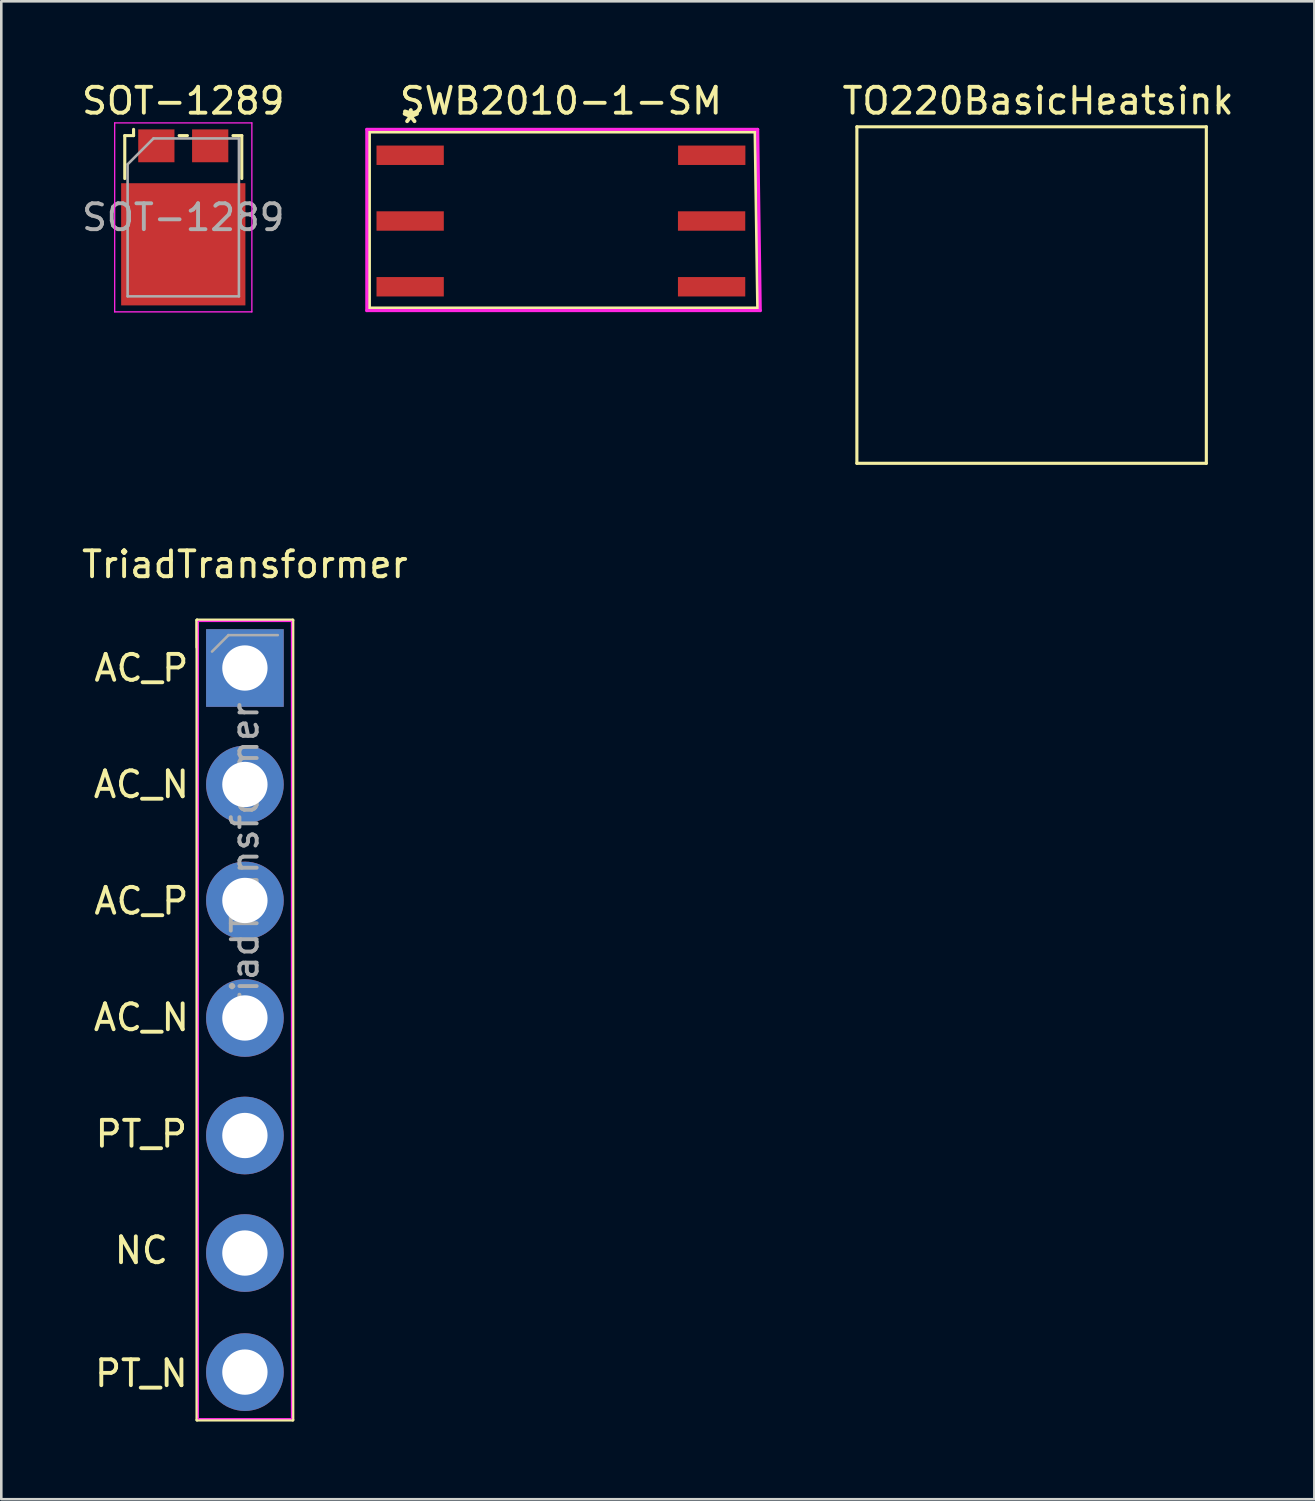
<source format=kicad_pcb>
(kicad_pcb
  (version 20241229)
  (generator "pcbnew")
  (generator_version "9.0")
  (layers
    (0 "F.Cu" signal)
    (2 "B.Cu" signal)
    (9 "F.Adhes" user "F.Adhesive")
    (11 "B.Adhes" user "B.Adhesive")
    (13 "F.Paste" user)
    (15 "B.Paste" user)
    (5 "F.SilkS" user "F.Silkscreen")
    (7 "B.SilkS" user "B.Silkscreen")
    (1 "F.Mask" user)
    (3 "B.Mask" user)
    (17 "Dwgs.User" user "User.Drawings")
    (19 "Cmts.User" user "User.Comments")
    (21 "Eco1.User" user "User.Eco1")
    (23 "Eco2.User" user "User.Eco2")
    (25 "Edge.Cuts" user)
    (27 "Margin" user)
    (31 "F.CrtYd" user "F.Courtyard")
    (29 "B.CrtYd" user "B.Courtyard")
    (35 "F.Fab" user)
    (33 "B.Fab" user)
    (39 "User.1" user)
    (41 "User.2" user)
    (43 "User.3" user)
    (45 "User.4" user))
  (footprint "TO220BasicHeatsink"
    (layer "F.Cu")
    (at 37.052 11.848)
    (property "Reference" "TO220BasicHeatsink" (at 0 -11 180) (layer "F.SilkS") (effects (font (size 1 1) (thickness 0.15))))
    (attr through_hole)
    (fp_line (start -7 -10) (end 6.5 -10) (stroke (width 0.12) (type solid)) (layer "F.SilkS"))
    (fp_line (start -7 3) (end -7 -10) (stroke (width 0.12) (type solid)) (layer "F.SilkS"))
    (fp_line (start 6.5 -10) (end 6.5 3) (stroke (width 0.12) (type solid)) (layer "F.SilkS"))
    (fp_line (start 6.5 3) (end -7 3) (stroke (width 0.12) (type solid)) (layer "F.SilkS")))
  (footprint "SWB2010-1-SM"
    (layer "F.Cu")
    (at 18.62 2.948)
    (property "Reference" "SWB2010-1-SM" (at 0 -2.1 0) (layer "F.SilkS") (effects (font (size 1 1) (thickness 0.15))))
    (attr through_hole)
    (fp_line (start -7.4 -0.9) (end 7.5 -0.9) (stroke (width 0.12) (type solid)) (layer "F.SilkS"))
    (fp_line (start -7.4 5.9) (end -7.4 -0.9) (stroke (width 0.12) (type solid)) (layer "F.SilkS"))
    (fp_line (start 7.5 -0.9) (end 7.6 5.9) (stroke (width 0.12) (type solid)) (layer "F.SilkS"))
    (fp_line (start 7.6 5.9) (end -7.4 5.9) (stroke (width 0.12) (type solid)) (layer "F.SilkS"))
    (fp_line (start -7.5 -1) (end 7.6 -1) (stroke (width 0.12) (type solid)) (layer "F.CrtYd"))
    (fp_line (start -7.5 6) (end -7.5 -1) (stroke (width 0.12) (type solid)) (layer "F.CrtYd"))
    (fp_line (start 7.6 -1) (end 7.7 6) (stroke (width 0.12) (type solid)) (layer "F.CrtYd"))
    (fp_line (start 7.7 6) (end -7.5 6) (stroke (width 0.12) (type solid)) (layer "F.CrtYd"))
    (fp_text user "*" (at -5.8 -1.2 0) (layer "F.SilkS") (effects (font (size 1 1) (thickness 0.15))))
    (pad "1" smd rect (at -5.825 0) (size 2.6 0.75) (layers "F.Cu" "F.Mask" "F.Paste"))
    (pad "2" smd rect (at -5.825 2.54) (size 2.6 0.75) (layers "F.Cu" "F.Mask" "F.Paste"))
    (pad "3" smd rect (at -5.825 5.08) (size 2.6 0.75) (layers "F.Cu" "F.Mask" "F.Paste"))
    (pad "4" smd rect (at 5.825 0) (size 2.6 0.75) (layers "F.Cu" "F.Mask" "F.Paste"))
    (pad "5" smd rect (at 5.82 2.54) (size 2.6 0.75) (layers "F.Cu" "F.Mask" "F.Paste"))
    (pad "6" smd rect (at 5.82 5.08) (size 2.6 0.75) (layers "F.Cu" "F.Mask" "F.Paste")))
  (footprint "TriadTransformer"
    (layer "F.Cu")
    (at 6.411 22.756)
    (property "Reference" "TriadTransformer" (at 0 -4 0) (layer "F.SilkS") (effects (font (size 1 1) (thickness 0.15))))
    (attr through_hole)
    (fp_line (start -1.85 -1.85) (end 1.85 -1.85) (stroke (width 0.12) (type solid)) (layer "F.SilkS"))
    (fp_line (start -1.85 -0.8) (end -1.85 -1.85) (stroke (width 0.12) (type solid)) (layer "F.SilkS"))
    (fp_line (start -1.85 29.05) (end -1.85 -1.85) (stroke (width 0.12) (type solid)) (layer "F.SilkS"))
    (fp_line (start 1.85 -1.85) (end 1.85 29.05) (stroke (width 0.12) (type solid)) (layer "F.SilkS"))
    (fp_line (start 1.85 29.05) (end -1.85 29.05) (stroke (width 0.12) (type solid)) (layer "F.SilkS"))
    (fp_line (start -1.8 -1.8) (end -1.8 29) (stroke (width 0.05) (type solid)) (layer "F.CrtYd"))
    (fp_line (start -1.8 29) (end 1.8 29) (stroke (width 0.05) (type solid)) (layer "F.CrtYd"))
    (fp_line (start 1.8 -1.8) (end -1.8 -1.8) (stroke (width 0.05) (type solid)) (layer "F.CrtYd"))
    (fp_line (start 1.8 29) (end 1.8 -1.8) (stroke (width 0.05) (type solid)) (layer "F.CrtYd"))
    (fp_line (start -1.27 -0.635) (end -0.635 -1.27) (stroke (width 0.1) (type solid)) (layer "F.Fab"))
    (fp_line (start -0.635 -1.27) (end 1.27 -1.27) (stroke (width 0.1) (type solid)) (layer "F.Fab"))
    (fp_text user "PT_P" (at -4 18 0) (layer "F.SilkS") (effects (font (size 1 1) (thickness 0.15))))
    (fp_text user "AC_P" (at -4 0 0) (layer "F.SilkS") (effects (font (size 1 1) (thickness 0.15))))
    (fp_text user "PT_N" (at -4 27.25 0) (layer "F.SilkS") (effects (font (size 1 1) (thickness 0.15))))
    (fp_text user "AC_N" (at -4 4.5 0) (layer "F.SilkS") (effects (font (size 1 1) (thickness 0.15))))
    (fp_text user "NC" (at -4 22.5 0) (layer "F.SilkS") (effects (font (size 1 1) (thickness 0.15))))
    (fp_text user "AC_P" (at -4 9 0) (layer "F.SilkS") (effects (font (size 1 1) (thickness 0.15))))
    (fp_text user "AC_N" (at -4 13.5 0) (layer "F.SilkS") (effects (font (size 1 1) (thickness 0.15))))
    (fp_text user "${REFERENCE}" (at 0 7.62 90) (layer "F.Fab") (effects (font (size 1 1) (thickness 0.15))))
    (pad "1" thru_hole rect (at 0 0) (size 3 3) (drill 1.75) (layers "*.Cu" "*.Mask"))
    (pad "2" thru_hole oval (at 0 4.5) (size 3 3) (drill 1.75) (layers "*.Cu" "*.Mask"))
    (pad "4" thru_hole oval (at 0 8.98) (size 3 3) (drill 1.75) (layers "*.Cu" "*.Mask"))
    (pad "5" thru_hole oval (at 0 13.52) (size 3 3) (drill 1.75) (layers "*.Cu" "*.Mask"))
    (pad "6" thru_hole oval (at 0 18.06) (size 3 3) (drill 1.75) (layers "*.Cu" "*.Mask"))
    (pad "8" thru_hole oval (at 0 22.6) (size 3 3) (drill 1.75) (layers "*.Cu" "*.Mask"))
    (pad "10" thru_hole oval (at 0 27.2) (size 3 3) (drill 1.75) (layers "*.Cu" "*.Mask")))
  (footprint "SOT-1289"
    (layer "F.Cu")
    (at 4.03 5.348)
    (property "Reference" "SOT-1289" (at 0 -4.5 180) (layer "F.SilkS") (effects (font (size 1 1) (thickness 0.15))))
    (attr smd)
    (fp_line (start -2.26 -3.16) (end -2.26 -1.5) (stroke (width 0.12) (type solid)) (layer "F.SilkS"))
    (fp_line (start -1.92 -3.4) (end -1.92 -3.16) (stroke (width 0.12) (type solid)) (layer "F.SilkS"))
    (fp_line (start -1.92 -3.16) (end -2.26 -3.16) (stroke (width 0.12) (type solid)) (layer "F.SilkS"))
    (fp_line (start -0.16 -3.16) (end 0.16 -3.16) (stroke (width 0.12) (type solid)) (layer "F.SilkS"))
    (fp_line (start 2.26 -3.16) (end 1.92 -3.16) (stroke (width 0.12) (type solid)) (layer "F.SilkS"))
    (fp_line (start 2.26 -1.5) (end 2.26 -3.16) (stroke (width 0.12) (type solid)) (layer "F.SilkS"))
    (fp_line (start -2.65 -3.65) (end -2.65 3.65) (stroke (width 0.05) (type solid)) (layer "F.CrtYd"))
    (fp_line (start -2.65 -3.65) (end 2.65 -3.65) (stroke (width 0.05) (type solid)) (layer "F.CrtYd"))
    (fp_line (start 2.65 3.65) (end -2.65 3.65) (stroke (width 0.05) (type solid)) (layer "F.CrtYd"))
    (fp_line (start 2.65 3.65) (end 2.65 -3.65) (stroke (width 0.05) (type solid)) (layer "F.CrtYd"))
    (fp_line (start -2.15 -2.05) (end -2.15 3.05) (stroke (width 0.1) (type solid)) (layer "F.Fab"))
    (fp_line (start -2.15 3.05) (end 2.15 3.05) (stroke (width 0.1) (type solid)) (layer "F.Fab"))
    (fp_line (start -1.15 -3.05) (end -2.15 -2.05) (stroke (width 0.1) (type solid)) (layer "F.Fab"))
    (fp_line (start 2.15 -3.05) (end -1.15 -3.05) (stroke (width 0.1) (type solid)) (layer "F.Fab"))
    (fp_line (start 2.15 3.05) (end 2.15 -3.05) (stroke (width 0.1) (type solid)) (layer "F.Fab"))
    (fp_text user "${REFERENCE}" (at 0 0 0) (layer "F.Fab") (effects (font (size 1 1) (thickness 0.15))))
    (pad "" smd rect (at -1.7 -0.65 180) (size 1.25 1.2) (layers "F.Paste"))
    (pad "" smd rect (at -1.7 1.04) (size 1.25 1.2) (layers "F.Paste"))
    (pad "" smd rect (at -1.7 2.7) (size 1.25 1.2) (layers "F.Paste"))
    (pad "" smd rect (at 0 -0.65) (size 1.25 1.2) (layers "F.Paste"))
    (pad "" smd rect (at 0 1.04) (size 1.25 1.2) (layers "F.Paste"))
    (pad "" smd rect (at 0 2.7) (size 1.25 1.2) (layers "F.Paste"))
    (pad "" smd rect (at 1.7 -0.65) (size 1.25 1.2) (layers "F.Paste"))
    (pad "" smd rect (at 1.7 1.04) (size 1.25 1.2) (layers "F.Paste"))
    (pad "" smd rect (at 1.7 2.7) (size 1.25 1.2) (layers "F.Paste"))
    (pad "1" smd rect (at -1.04 -2.765) (size 1.4 1.27) (layers "F.Cu" "F.Mask" "F.Paste"))
    (pad "1" smd rect (at 1.04 -2.765) (size 1.4 1.27) (layers "F.Cu" "F.Mask" "F.Paste"))
    (pad "2" smd rect (at 0 1.04) (size 4.8 4.72) (layers "F.Cu" "F.Mask")))
  (gr_rect
    (start -3 -3)
    (end 47.725 54.867)
    (stroke (width 0.1) (type default))
    (fill no)
    (layer "Edge.Cuts")))
</source>
